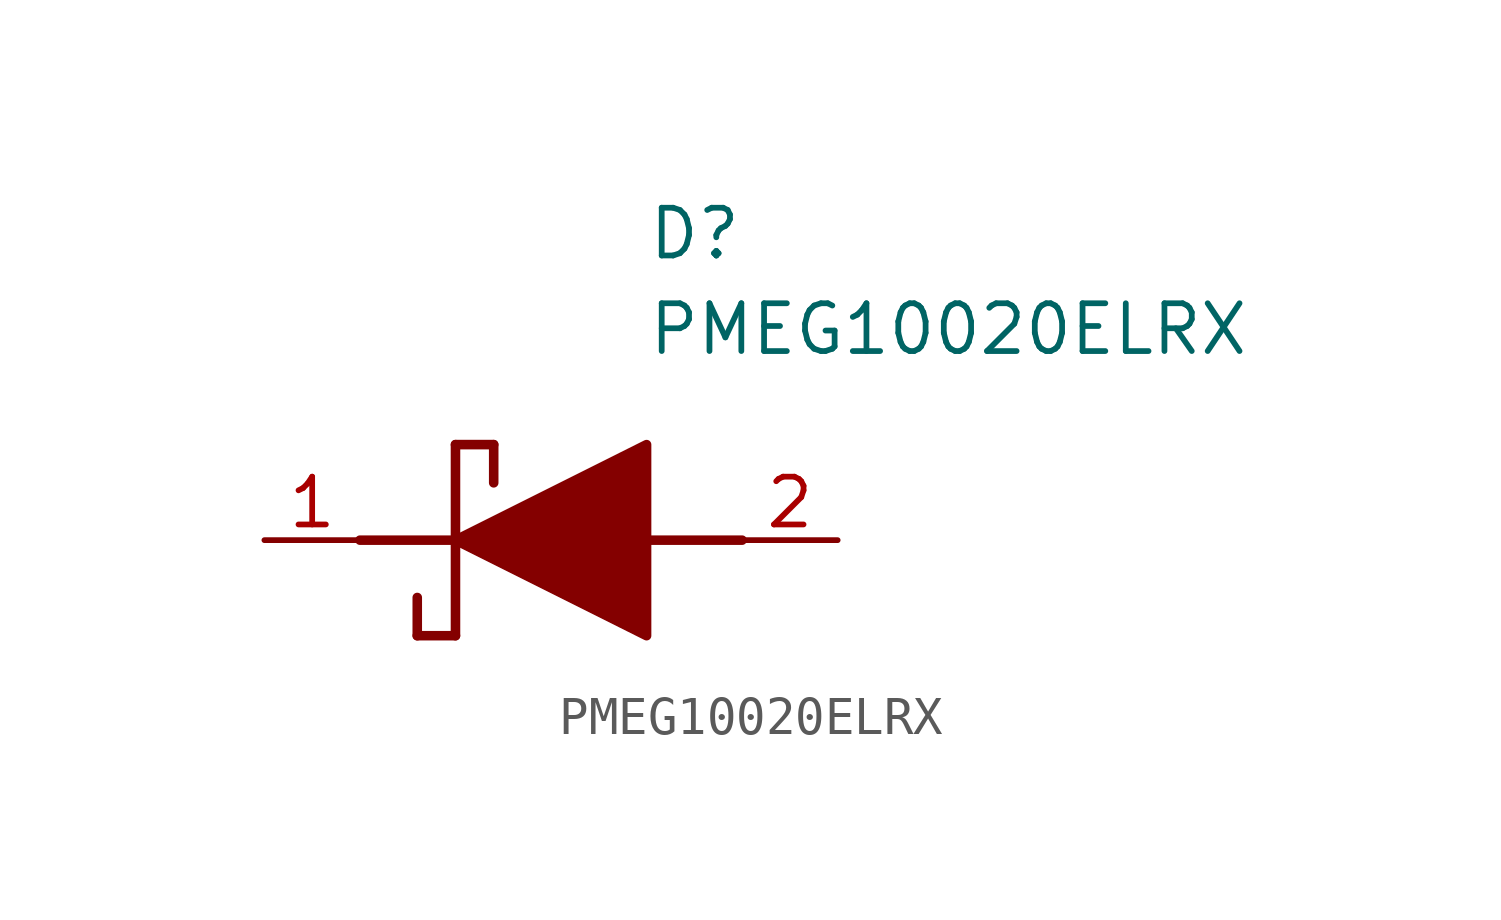
<source format=kicad_sym>
(kicad_symbol_lib
  (version 20211014)
  (generator SamacSys_ECAD_Model)
  (symbol "PMEG10020ELRX"
    (pin_names hide)
    (property "Reference" "D"
      (at 12.7 8.89 0)
      (effects (font (size 1.27 1.27)) (justify left top)))
    (property "Value" "PMEG10020ELRX"
      (at 12.7 6.35 0)
      (effects (font (size 1.27 1.27)) (justify left top)))
    (polyline
      (pts (xy 7.62 2.54) (xy 7.62 -2.54))
      (stroke (width 0.254) (type default))
      (fill (type none)))
    (polyline
      (pts (xy 7.62 2.54) (xy 8.636 2.54))
      (stroke (width 0.254) (type default))
      (fill (type none)))
    (polyline
      (pts (xy 8.636 1.524) (xy 8.636 2.54))
      (stroke (width 0.254) (type default))
      (fill (type none)))
    (polyline
      (pts (xy 7.62 -2.54) (xy 6.604 -2.54))
      (stroke (width 0.254) (type default))
      (fill (type none)))
    (polyline
      (pts (xy 6.604 -1.524) (xy 6.604 -2.54))
      (stroke (width 0.254) (type default))
      (fill (type none)))
    (polyline
      (pts (xy 5.08 0) (xy 7.62 0))
      (stroke (width 0.254) (type default))
      (fill (type none)))
    (polyline
      (pts (xy 12.7 0) (xy 15.24 0))
      (stroke (width 0.254) (type default))
      (fill (type none)))
    (polyline
      (pts (xy 7.62 0) (xy 12.7 2.54) (xy 12.7 -2.54) (xy 7.62 0))
      (stroke (width 0.254) (type default))
      (fill (type outline)))
    (pin passive line
      (at 2.54 0 0)
      (length 2.54)
      (name "K" (effects (font (size 1.27 1.27))))
      (number "1" (effects (font (size 1.27 1.27)))))
    (pin passive line
      (at 17.78 0 180)
      (length 2.54)
      (name "A" (effects (font (size 1.27 1.27))))
      (number "2" (effects (font (size 1.27 1.27)))))))
</source>
